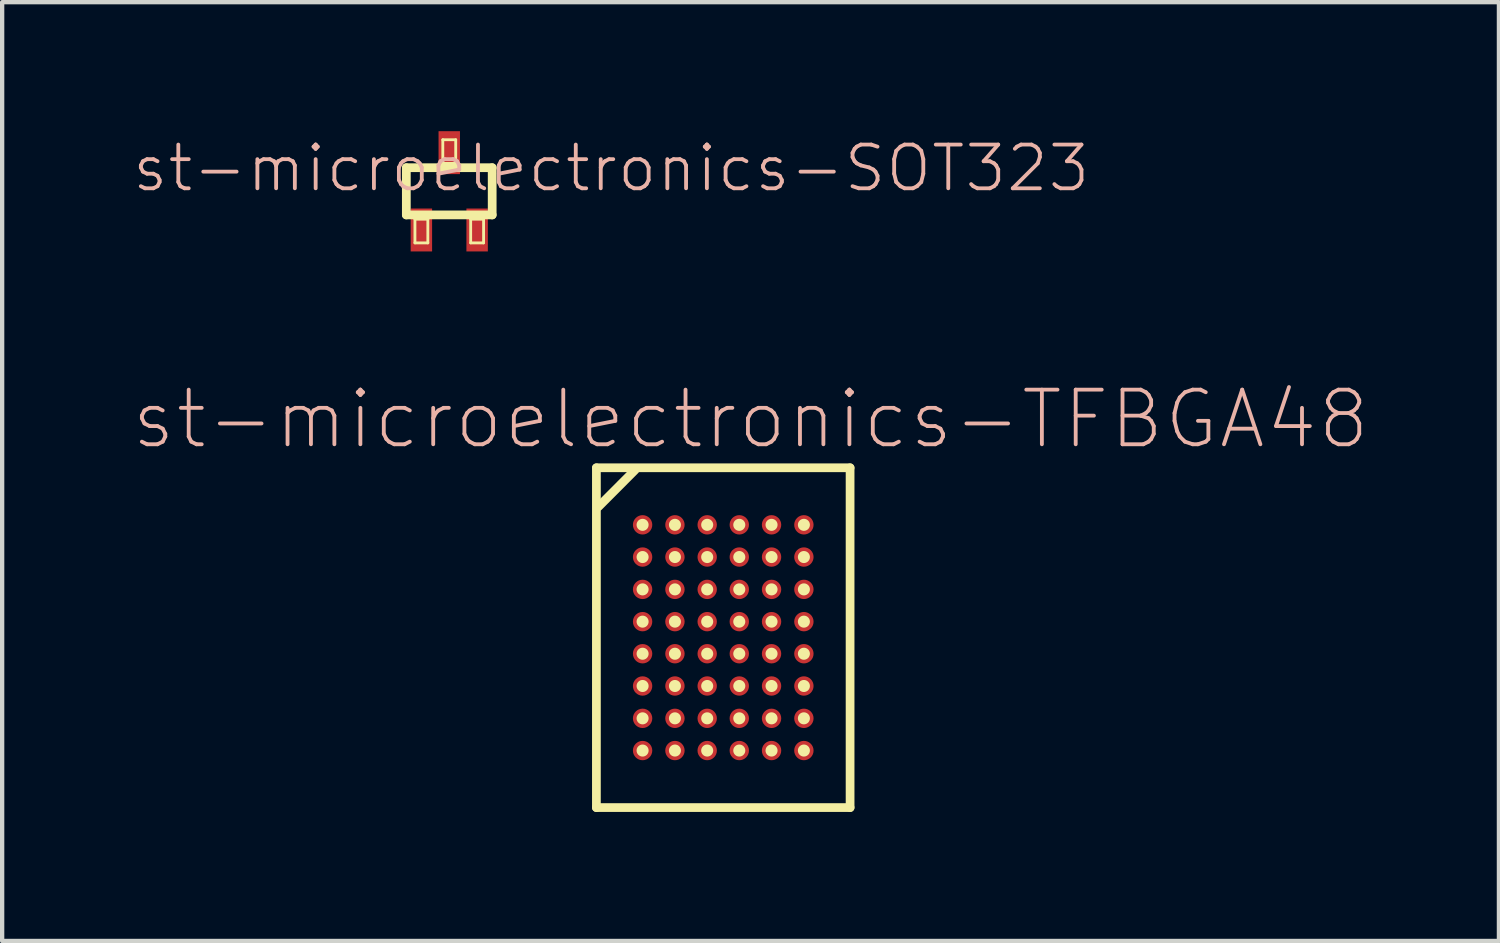
<source format=kicad_pcb>
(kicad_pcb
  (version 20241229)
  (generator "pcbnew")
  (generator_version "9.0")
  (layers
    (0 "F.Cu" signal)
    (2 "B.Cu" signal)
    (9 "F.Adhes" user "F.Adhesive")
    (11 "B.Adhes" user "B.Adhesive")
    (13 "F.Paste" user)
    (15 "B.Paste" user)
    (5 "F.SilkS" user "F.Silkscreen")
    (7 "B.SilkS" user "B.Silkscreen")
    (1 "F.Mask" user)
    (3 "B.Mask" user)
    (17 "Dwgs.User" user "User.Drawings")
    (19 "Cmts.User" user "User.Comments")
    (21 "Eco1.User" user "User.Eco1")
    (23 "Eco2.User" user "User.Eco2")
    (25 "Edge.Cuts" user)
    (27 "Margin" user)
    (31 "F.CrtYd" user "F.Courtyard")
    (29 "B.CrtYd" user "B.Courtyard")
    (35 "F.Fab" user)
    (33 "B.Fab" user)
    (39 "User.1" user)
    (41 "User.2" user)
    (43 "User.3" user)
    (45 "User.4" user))
  (footprint "st-microelectronics-SOT323"
    (layer "F.Cu")
    (at 7.395 1.398)
    (property "Reference" "st-microelectronics-SOT323" (at 3.764 -0.536 0) (layer "B.SilkS") (effects (font (size 1.016 1.016) (thickness 0.089))))
    (attr smd)
    (fp_line (start -0.998 -0.549) (end -0.998 0.549) (stroke (width 0.203) (type solid)) (layer "F.SilkS"))
    (fp_line (start -0.998 0.549) (end 0.998 0.549) (stroke (width 0.203) (type solid)) (layer "F.SilkS"))
    (fp_line (start -0.798 0.648) (end -0.498 0.648) (stroke (width 0.066) (type solid)) (layer "F.SilkS"))
    (fp_line (start -0.798 1.199) (end -0.798 0.648) (stroke (width 0.066) (type solid)) (layer "F.SilkS"))
    (fp_line (start -0.798 1.199) (end -0.498 1.199) (stroke (width 0.066) (type solid)) (layer "F.SilkS"))
    (fp_line (start -0.498 1.199) (end -0.498 0.648) (stroke (width 0.066) (type solid)) (layer "F.SilkS"))
    (fp_line (start -0.15 -1.199) (end 0.15 -1.199) (stroke (width 0.066) (type solid)) (layer "F.SilkS"))
    (fp_line (start -0.15 -0.648) (end -0.15 -1.199) (stroke (width 0.066) (type solid)) (layer "F.SilkS"))
    (fp_line (start -0.15 -0.648) (end 0.15 -0.648) (stroke (width 0.066) (type solid)) (layer "F.SilkS"))
    (fp_line (start 0.15 -0.648) (end 0.15 -1.199) (stroke (width 0.066) (type solid)) (layer "F.SilkS"))
    (fp_line (start 0.498 0.648) (end 0.798 0.648) (stroke (width 0.066) (type solid)) (layer "F.SilkS"))
    (fp_line (start 0.498 1.199) (end 0.498 0.648) (stroke (width 0.066) (type solid)) (layer "F.SilkS"))
    (fp_line (start 0.498 1.199) (end 0.798 1.199) (stroke (width 0.066) (type solid)) (layer "F.SilkS"))
    (fp_line (start 0.798 1.199) (end 0.798 0.648) (stroke (width 0.066) (type solid)) (layer "F.SilkS"))
    (fp_line (start 0.998 -0.549) (end -0.998 -0.549) (stroke (width 0.203) (type solid)) (layer "F.SilkS"))
    (fp_line (start 0.998 0.549) (end 0.998 -0.549) (stroke (width 0.203) (type solid)) (layer "F.SilkS"))
    (pad "1" smd rect (at 0 -0.899) (size 0.498 0.998) (layers "F.Cu" "F.Mask" "F.Paste"))
    (pad "2" smd rect (at -0.648 0.899) (size 0.498 0.998) (layers "F.Cu" "F.Mask" "F.Paste"))
    (pad "3" smd rect (at 0.648 0.899) (size 0.498 0.998) (layers "F.Cu" "F.Mask" "F.Paste")))
  (footprint "st-microelectronics-TFBGA48"
    (layer "F.Cu")
    (at 13.765 11.776)
    (property "Reference" "st-microelectronics-TFBGA48" (at 0.635 -5.08 0) (layer "B.SilkS") (effects (font (size 1.27 1.27) (thickness 0.089))))
    (attr smd)
    (fp_line (start -2.949 -3.95) (end 2.949 -3.95) (stroke (width 0.203) (type solid)) (layer "F.SilkS"))
    (fp_line (start -2.949 3.95) (end -2.949 -3.95) (stroke (width 0.203) (type solid)) (layer "F.SilkS"))
    (fp_line (start -2.898 -3.048) (end -2.05 -3.899) (stroke (width 0.203) (type solid)) (layer "F.SilkS"))
    (fp_line (start 2.949 -3.95) (end 2.949 3.95) (stroke (width 0.203) (type solid)) (layer "F.SilkS"))
    (fp_line (start 2.949 3.95) (end -2.949 3.95) (stroke (width 0.203) (type solid)) (layer "F.SilkS"))
    (fp_circle (center -1.875 -2.624) (end -1.974 -2.723) (stroke (width 0) (type solid)) (fill yes) (layer "F.SilkS"))
    (fp_circle (center -1.875 -1.875) (end -1.974 -1.974) (stroke (width 0) (type solid)) (fill yes) (layer "F.SilkS"))
    (fp_circle (center -1.875 -1.123) (end -1.974 -1.222) (stroke (width 0) (type solid)) (fill yes) (layer "F.SilkS"))
    (fp_circle (center -1.875 -0.373) (end -1.974 -0.472) (stroke (width 0) (type solid)) (fill yes) (layer "F.SilkS"))
    (fp_circle (center -1.875 0.373) (end -1.974 0.472) (stroke (width 0) (type solid)) (fill yes) (layer "F.SilkS"))
    (fp_circle (center -1.875 1.123) (end -1.974 1.222) (stroke (width 0) (type solid)) (fill yes) (layer "F.SilkS"))
    (fp_circle (center -1.875 1.875) (end -1.974 1.974) (stroke (width 0) (type solid)) (fill yes) (layer "F.SilkS"))
    (fp_circle (center -1.875 2.624) (end -1.974 2.723) (stroke (width 0) (type solid)) (fill yes) (layer "F.SilkS"))
    (fp_circle (center -1.123 -2.624) (end -1.222 -2.723) (stroke (width 0) (type solid)) (fill yes) (layer "F.SilkS"))
    (fp_circle (center -1.123 -1.875) (end -1.222 -1.974) (stroke (width 0) (type solid)) (fill yes) (layer "F.SilkS"))
    (fp_circle (center -1.123 -1.123) (end -1.222 -1.222) (stroke (width 0) (type solid)) (fill yes) (layer "F.SilkS"))
    (fp_circle (center -1.123 -0.373) (end -1.222 -0.472) (stroke (width 0) (type solid)) (fill yes) (layer "F.SilkS"))
    (fp_circle (center -1.123 0.373) (end -1.222 0.472) (stroke (width 0) (type solid)) (fill yes) (layer "F.SilkS"))
    (fp_circle (center -1.123 1.123) (end -1.222 1.222) (stroke (width 0) (type solid)) (fill yes) (layer "F.SilkS"))
    (fp_circle (center -1.123 1.875) (end -1.222 1.974) (stroke (width 0) (type solid)) (fill yes) (layer "F.SilkS"))
    (fp_circle (center -1.123 2.624) (end -1.222 2.723) (stroke (width 0) (type solid)) (fill yes) (layer "F.SilkS"))
    (fp_circle (center -0.373 -2.624) (end -0.472 -2.723) (stroke (width 0) (type solid)) (fill yes) (layer "F.SilkS"))
    (fp_circle (center -0.373 -1.875) (end -0.472 -1.974) (stroke (width 0) (type solid)) (fill yes) (layer "F.SilkS"))
    (fp_circle (center -0.373 -1.123) (end -0.472 -1.222) (stroke (width 0) (type solid)) (fill yes) (layer "F.SilkS"))
    (fp_circle (center -0.373 -0.373) (end -0.472 -0.472) (stroke (width 0) (type solid)) (fill yes) (layer "F.SilkS"))
    (fp_circle (center -0.373 0.373) (end -0.472 0.472) (stroke (width 0) (type solid)) (fill yes) (layer "F.SilkS"))
    (fp_circle (center -0.373 1.123) (end -0.472 1.222) (stroke (width 0) (type solid)) (fill yes) (layer "F.SilkS"))
    (fp_circle (center -0.373 1.875) (end -0.472 1.974) (stroke (width 0) (type solid)) (fill yes) (layer "F.SilkS"))
    (fp_circle (center -0.373 2.624) (end -0.472 2.723) (stroke (width 0) (type solid)) (fill yes) (layer "F.SilkS"))
    (fp_circle (center 0.373 -2.624) (end 0.472 -2.723) (stroke (width 0) (type solid)) (fill yes) (layer "F.SilkS"))
    (fp_circle (center 0.373 -1.875) (end 0.472 -1.974) (stroke (width 0) (type solid)) (fill yes) (layer "F.SilkS"))
    (fp_circle (center 0.373 -1.123) (end 0.472 -1.222) (stroke (width 0) (type solid)) (fill yes) (layer "F.SilkS"))
    (fp_circle (center 0.373 -0.373) (end 0.472 -0.472) (stroke (width 0) (type solid)) (fill yes) (layer "F.SilkS"))
    (fp_circle (center 0.373 0.373) (end 0.472 0.472) (stroke (width 0) (type solid)) (fill yes) (layer "F.SilkS"))
    (fp_circle (center 0.373 1.123) (end 0.472 1.222) (stroke (width 0) (type solid)) (fill yes) (layer "F.SilkS"))
    (fp_circle (center 0.373 1.875) (end 0.472 1.974) (stroke (width 0) (type solid)) (fill yes) (layer "F.SilkS"))
    (fp_circle (center 0.373 2.624) (end 0.472 2.723) (stroke (width 0) (type solid)) (fill yes) (layer "F.SilkS"))
    (fp_circle (center 1.123 -2.624) (end 1.222 -2.723) (stroke (width 0) (type solid)) (fill yes) (layer "F.SilkS"))
    (fp_circle (center 1.123 -1.875) (end 1.222 -1.974) (stroke (width 0) (type solid)) (fill yes) (layer "F.SilkS"))
    (fp_circle (center 1.123 -1.123) (end 1.222 -1.222) (stroke (width 0) (type solid)) (fill yes) (layer "F.SilkS"))
    (fp_circle (center 1.123 -0.373) (end 1.222 -0.472) (stroke (width 0) (type solid)) (fill yes) (layer "F.SilkS"))
    (fp_circle (center 1.123 0.373) (end 1.222 0.472) (stroke (width 0) (type solid)) (fill yes) (layer "F.SilkS"))
    (fp_circle (center 1.123 1.123) (end 1.222 1.222) (stroke (width 0) (type solid)) (fill yes) (layer "F.SilkS"))
    (fp_circle (center 1.123 1.875) (end 1.222 1.974) (stroke (width 0) (type solid)) (fill yes) (layer "F.SilkS"))
    (fp_circle (center 1.123 2.624) (end 1.222 2.723) (stroke (width 0) (type solid)) (fill yes) (layer "F.SilkS"))
    (fp_circle (center 1.875 -2.624) (end 1.974 -2.723) (stroke (width 0) (type solid)) (fill yes) (layer "F.SilkS"))
    (fp_circle (center 1.875 -1.875) (end 1.974 -1.974) (stroke (width 0) (type solid)) (fill yes) (layer "F.SilkS"))
    (fp_circle (center 1.875 -1.123) (end 1.974 -1.222) (stroke (width 0) (type solid)) (fill yes) (layer "F.SilkS"))
    (fp_circle (center 1.875 -0.373) (end 1.974 -0.472) (stroke (width 0) (type solid)) (fill yes) (layer "F.SilkS"))
    (fp_circle (center 1.875 0.373) (end 1.974 0.472) (stroke (width 0) (type solid)) (fill yes) (layer "F.SilkS"))
    (fp_circle (center 1.875 1.123) (end 1.974 1.222) (stroke (width 0) (type solid)) (fill yes) (layer "F.SilkS"))
    (fp_circle (center 1.875 1.875) (end 1.974 1.974) (stroke (width 0) (type solid)) (fill yes) (layer "F.SilkS"))
    (fp_circle (center 1.875 2.624) (end 1.974 2.723) (stroke (width 0) (type solid)) (fill yes) (layer "F.SilkS"))
    (pad "A1" smd circle (at -1.875 -2.624) (size 0.45 0.45) (layers "F.Cu" "F.Mask" "F.Paste"))
    (pad "A2" smd circle (at -1.123 -2.624) (size 0.45 0.45) (layers "F.Cu" "F.Mask" "F.Paste"))
    (pad "A3" smd circle (at -0.373 -2.624) (size 0.45 0.45) (layers "F.Cu" "F.Mask" "F.Paste"))
    (pad "A4" smd circle (at 0.373 -2.624) (size 0.45 0.45) (layers "F.Cu" "F.Mask" "F.Paste"))
    (pad "A5" smd circle (at 1.123 -2.624) (size 0.45 0.45) (layers "F.Cu" "F.Mask" "F.Paste"))
    (pad "A6" smd circle (at 1.875 -2.624) (size 0.45 0.45) (layers "F.Cu" "F.Mask" "F.Paste"))
    (pad "B1" smd circle (at -1.875 -1.875) (size 0.45 0.45) (layers "F.Cu" "F.Mask" "F.Paste"))
    (pad "B2" smd circle (at -1.123 -1.875) (size 0.45 0.45) (layers "F.Cu" "F.Mask" "F.Paste"))
    (pad "B3" smd circle (at -0.373 -1.875) (size 0.45 0.45) (layers "F.Cu" "F.Mask" "F.Paste"))
    (pad "B4" smd circle (at 0.373 -1.875) (size 0.45 0.45) (layers "F.Cu" "F.Mask" "F.Paste"))
    (pad "B5" smd circle (at 1.123 -1.875) (size 0.45 0.45) (layers "F.Cu" "F.Mask" "F.Paste"))
    (pad "B6" smd circle (at 1.875 -1.875) (size 0.45 0.45) (layers "F.Cu" "F.Mask" "F.Paste"))
    (pad "C1" smd circle (at -1.875 -1.123) (size 0.45 0.45) (layers "F.Cu" "F.Mask" "F.Paste"))
    (pad "C2" smd circle (at -1.123 -1.123) (size 0.45 0.45) (layers "F.Cu" "F.Mask" "F.Paste"))
    (pad "C3" smd circle (at -0.373 -1.123) (size 0.45 0.45) (layers "F.Cu" "F.Mask" "F.Paste"))
    (pad "C4" smd circle (at 0.373 -1.123) (size 0.45 0.45) (layers "F.Cu" "F.Mask" "F.Paste"))
    (pad "C5" smd circle (at 1.123 -1.123) (size 0.45 0.45) (layers "F.Cu" "F.Mask" "F.Paste"))
    (pad "C6" smd circle (at 1.875 -1.123) (size 0.45 0.45) (layers "F.Cu" "F.Mask" "F.Paste"))
    (pad "D1" smd circle (at -1.875 -0.373) (size 0.45 0.45) (layers "F.Cu" "F.Mask" "F.Paste"))
    (pad "D2" smd circle (at -1.123 -0.373) (size 0.45 0.45) (layers "F.Cu" "F.Mask" "F.Paste"))
    (pad "D3" smd circle (at -0.373 -0.373) (size 0.45 0.45) (layers "F.Cu" "F.Mask" "F.Paste"))
    (pad "D4" smd circle (at 0.373 -0.373) (size 0.45 0.45) (layers "F.Cu" "F.Mask" "F.Paste"))
    (pad "D5" smd circle (at 1.123 -0.373) (size 0.45 0.45) (layers "F.Cu" "F.Mask" "F.Paste"))
    (pad "D6" smd circle (at 1.875 -0.373) (size 0.45 0.45) (layers "F.Cu" "F.Mask" "F.Paste"))
    (pad "E1" smd circle (at -1.875 0.373) (size 0.45 0.45) (layers "F.Cu" "F.Mask" "F.Paste"))
    (pad "E2" smd circle (at -1.123 0.373) (size 0.45 0.45) (layers "F.Cu" "F.Mask" "F.Paste"))
    (pad "E3" smd circle (at -0.373 0.373) (size 0.45 0.45) (layers "F.Cu" "F.Mask" "F.Paste"))
    (pad "E4" smd circle (at 0.373 0.373) (size 0.45 0.45) (layers "F.Cu" "F.Mask" "F.Paste"))
    (pad "E5" smd circle (at 1.123 0.373) (size 0.45 0.45) (layers "F.Cu" "F.Mask" "F.Paste"))
    (pad "E6" smd circle (at 1.875 0.373) (size 0.45 0.45) (layers "F.Cu" "F.Mask" "F.Paste"))
    (pad "F1" smd circle (at -1.875 1.123) (size 0.45 0.45) (layers "F.Cu" "F.Mask" "F.Paste"))
    (pad "F2" smd circle (at -1.123 1.123) (size 0.45 0.45) (layers "F.Cu" "F.Mask" "F.Paste"))
    (pad "F3" smd circle (at -0.373 1.123) (size 0.45 0.45) (layers "F.Cu" "F.Mask" "F.Paste"))
    (pad "F4" smd circle (at 0.373 1.123) (size 0.45 0.45) (layers "F.Cu" "F.Mask" "F.Paste"))
    (pad "F5" smd circle (at 1.123 1.123) (size 0.45 0.45) (layers "F.Cu" "F.Mask" "F.Paste"))
    (pad "F6" smd circle (at 1.875 1.123) (size 0.45 0.45) (layers "F.Cu" "F.Mask" "F.Paste"))
    (pad "G1" smd circle (at -1.875 1.875) (size 0.45 0.45) (layers "F.Cu" "F.Mask" "F.Paste"))
    (pad "G2" smd circle (at -1.123 1.875) (size 0.45 0.45) (layers "F.Cu" "F.Mask" "F.Paste"))
    (pad "G3" smd circle (at -0.373 1.875) (size 0.45 0.45) (layers "F.Cu" "F.Mask" "F.Paste"))
    (pad "G4" smd circle (at 0.373 1.875) (size 0.45 0.45) (layers "F.Cu" "F.Mask" "F.Paste"))
    (pad "G5" smd circle (at 1.123 1.875) (size 0.45 0.45) (layers "F.Cu" "F.Mask" "F.Paste"))
    (pad "G6" smd circle (at 1.875 1.875) (size 0.45 0.45) (layers "F.Cu" "F.Mask" "F.Paste"))
    (pad "H1" smd circle (at -1.875 2.624) (size 0.45 0.45) (layers "F.Cu" "F.Mask" "F.Paste"))
    (pad "H2" smd circle (at -1.123 2.624) (size 0.45 0.45) (layers "F.Cu" "F.Mask" "F.Paste"))
    (pad "H3" smd circle (at -0.373 2.624) (size 0.45 0.45) (layers "F.Cu" "F.Mask" "F.Paste"))
    (pad "H4" smd circle (at 0.373 2.624) (size 0.45 0.45) (layers "F.Cu" "F.Mask" "F.Paste"))
    (pad "H5" smd circle (at 1.123 2.624) (size 0.45 0.45) (layers "F.Cu" "F.Mask" "F.Paste"))
    (pad "H6" smd circle (at 1.875 2.624) (size 0.45 0.45) (layers "F.Cu" "F.Mask" "F.Paste")))
  (gr_rect
    (start -3 -3)
    (end 31.799 18.827)
    (stroke (width 0.1) (type default))
    (fill no)
    (layer "Edge.Cuts")))
</source>
